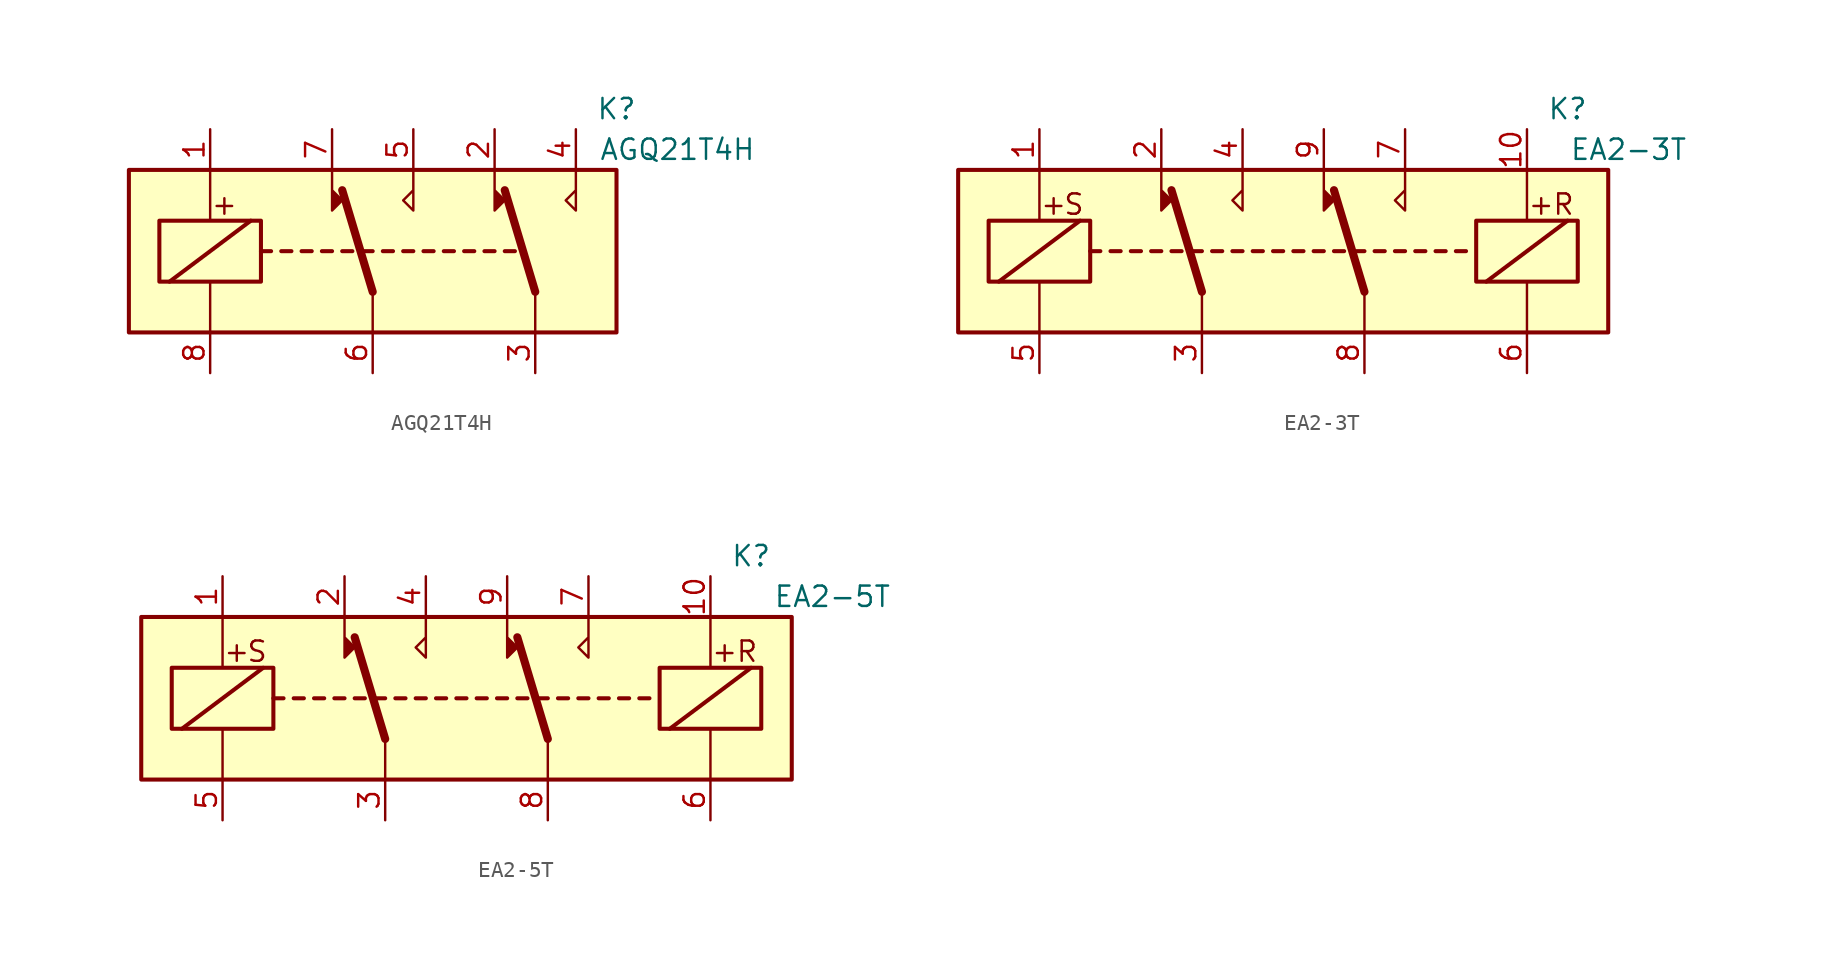
<source format=kicad_sym>
(kicad_symbol_lib
  (version 20220914)
  (generator kicad_symbol_editor)
  (symbol "AGQ21T4H"
    (property "Reference" "K"
      (at 15.24 8.89 0)
      (effects (font (size 1.27 1.27))))
    (property "Value" "AGQ21T4H"
      (at 19.05 6.35 0)
      (effects (font (size 1.27 1.27))))
    (symbol "AGQ21T4H_1_1"
      (rectangle (start -15.24 5.08) (end 15.24 -5.08) (stroke (width 0.254) (type default)) (fill (type background)))
      (rectangle (start -13.335 1.905) (end -6.985 -1.905) (stroke (width 0.254) (type default)) (fill (type none)))
      (polyline (pts (xy -12.7 -1.905) (xy -7.62 1.905)) (stroke (width 0.254) (type default)) (fill (type none)))
      (polyline (pts (xy -10.16 -5.08) (xy -10.16 -1.905)) (stroke (width 0) (type default)) (fill (type none)))
      (polyline (pts (xy -10.16 5.08) (xy -10.16 1.905)) (stroke (width 0) (type default)) (fill (type none)))
      (polyline (pts (xy -6.985 0) (xy -6.35 0)) (stroke (width 0.254) (type default)) (fill (type none)))
      (polyline (pts (xy -5.715 0) (xy -5.08 0)) (stroke (width 0.254) (type default)) (fill (type none)))
      (polyline (pts (xy -4.445 0) (xy -3.81 0)) (stroke (width 0.254) (type default)) (fill (type none)))
      (polyline (pts (xy -3.175 0) (xy -2.54 0)) (stroke (width 0.254) (type default)) (fill (type none)))
      (polyline (pts (xy -1.905 0) (xy -1.27 0)) (stroke (width 0.254) (type default)) (fill (type none)))
      (polyline (pts (xy -0.635 0) (xy 0 0)) (stroke (width 0.254) (type default)) (fill (type none)))
      (polyline (pts (xy 0 -2.54) (xy -1.905 3.81)) (stroke (width 0.508) (type default)) (fill (type none)))
      (polyline (pts (xy 0 -2.54) (xy 0 -5.08)) (stroke (width 0) (type default)) (fill (type none)))
      (polyline (pts (xy 0.635 0) (xy 1.27 0)) (stroke (width 0.254) (type default)) (fill (type none)))
      (polyline (pts (xy 1.905 0) (xy 2.54 0)) (stroke (width 0.254) (type default)) (fill (type none)))
      (polyline (pts (xy 3.175 0) (xy 3.81 0)) (stroke (width 0.254) (type default)) (fill (type none)))
      (polyline (pts (xy 4.445 0) (xy 5.08 0)) (stroke (width 0.254) (type default)) (fill (type none)))
      (polyline (pts (xy 5.715 0) (xy 6.35 0)) (stroke (width 0.254) (type default)) (fill (type none)))
      (polyline (pts (xy 6.985 0) (xy 7.62 0)) (stroke (width 0.254) (type default)) (fill (type none)))
      (polyline (pts (xy 8.255 0) (xy 8.89 0)) (stroke (width 0.254) (type default)) (fill (type none)))
      (polyline (pts (xy 10.16 -2.54) (xy 8.255 3.81)) (stroke (width 0.508) (type default)) (fill (type none)))
      (polyline (pts (xy 10.16 -2.54) (xy 10.16 -5.08)) (stroke (width 0) (type default)) (fill (type none)))
      (polyline (pts (xy -2.54 5.08) (xy -2.54 2.54) (xy -1.905 3.175) (xy -2.54 3.81)) (stroke (width 0) (type default)) (fill (type outline)))
      (polyline (pts (xy 2.54 5.08) (xy 2.54 2.54) (xy 1.905 3.175) (xy 2.54 3.81)) (stroke (width 0) (type default)) (fill (type none)))
      (polyline (pts (xy 7.62 5.08) (xy 7.62 2.54) (xy 8.255 3.175) (xy 7.62 3.81)) (stroke (width 0) (type default)) (fill (type outline)))
      (polyline (pts (xy 12.7 5.08) (xy 12.7 2.54) (xy 12.065 3.175) (xy 12.7 3.81)) (stroke (width 0) (type default)) (fill (type none)))
      (text "+" (at -9.271 2.921 0) (effects (font (size 1.27 1.27))))
      (pin passive line (at -10.16 7.62 270) (length 2.54) (name "~" (effects (font (size 1.27 1.27)))) (number "1" (effects (font (size 1.27 1.27)))))
      (pin passive line (at 7.62 7.62 270) (length 2.54) (name "~" (effects (font (size 1.27 1.27)))) (number "2" (effects (font (size 1.27 1.27)))))
      (pin passive line (at 10.16 -7.62 90) (length 2.54) (name "~" (effects (font (size 1.27 1.27)))) (number "3" (effects (font (size 1.27 1.27)))))
      (pin passive line (at 12.7 7.62 270) (length 2.54) (name "~" (effects (font (size 1.27 1.27)))) (number "4" (effects (font (size 1.27 1.27)))))
      (pin passive line (at 2.54 7.62 270) (length 2.54) (name "~" (effects (font (size 1.27 1.27)))) (number "5" (effects (font (size 1.27 1.27)))))
      (pin passive line (at 0 -7.62 90) (length 2.54) (name "~" (effects (font (size 1.27 1.27)))) (number "6" (effects (font (size 1.27 1.27)))))
      (pin passive line (at -2.54 7.62 270) (length 2.54) (name "~" (effects (font (size 1.27 1.27)))) (number "7" (effects (font (size 1.27 1.27)))))
      (pin passive line (at -10.16 -7.62 90) (length 2.54) (name "~" (effects (font (size 1.27 1.27)))) (number "8" (effects (font (size 1.27 1.27)))))))
  (symbol "EA2-3T"
    (property "Reference" "K"
      (at 17.78 8.89 0)
      (effects (font (size 1.27 1.27))))
    (property "Value" "EA2-3T"
      (at 21.59 6.35 0)
      (effects (font (size 1.27 1.27))))
    (symbol "EA2-3T_1_1"
      (rectangle (start -20.32 5.08) (end 20.32 -5.08) (stroke (width 0.254) (type default)) (fill (type background)))
      (rectangle (start -18.415 1.905) (end -12.065 -1.905) (stroke (width 0.254) (type default)) (fill (type none)))
      (polyline (pts (xy -17.78 -1.905) (xy -12.7 1.905)) (stroke (width 0.254) (type default)) (fill (type none)))
      (polyline (pts (xy -15.24 -5.08) (xy -15.24 -1.905)) (stroke (width 0) (type default)) (fill (type none)))
      (polyline (pts (xy -15.24 5.08) (xy -15.24 1.905)) (stroke (width 0) (type default)) (fill (type none)))
      (polyline (pts (xy -12.065 0) (xy -11.43 0)) (stroke (width 0.254) (type default)) (fill (type none)))
      (polyline (pts (xy -10.795 0) (xy -10.16 0)) (stroke (width 0.254) (type default)) (fill (type none)))
      (polyline (pts (xy -9.525 0) (xy -8.89 0)) (stroke (width 0.254) (type default)) (fill (type none)))
      (polyline (pts (xy -8.255 0) (xy -7.62 0)) (stroke (width 0.254) (type default)) (fill (type none)))
      (polyline (pts (xy -6.985 0) (xy -6.35 0)) (stroke (width 0.254) (type default)) (fill (type none)))
      (polyline (pts (xy -5.715 0) (xy -5.08 0)) (stroke (width 0.254) (type default)) (fill (type none)))
      (polyline (pts (xy -5.08 -2.54) (xy -6.985 3.81)) (stroke (width 0.508) (type default)) (fill (type none)))
      (polyline (pts (xy -5.08 -2.54) (xy -5.08 -5.08)) (stroke (width 0) (type default)) (fill (type none)))
      (polyline (pts (xy -4.445 0) (xy -3.81 0)) (stroke (width 0.254) (type default)) (fill (type none)))
      (polyline (pts (xy -3.175 0) (xy -2.54 0)) (stroke (width 0.254) (type default)) (fill (type none)))
      (polyline (pts (xy -1.905 0) (xy -1.27 0)) (stroke (width 0.254) (type default)) (fill (type none)))
      (polyline (pts (xy -0.635 0) (xy 0 0)) (stroke (width 0.254) (type default)) (fill (type none)))
      (polyline (pts (xy 0.635 0) (xy 1.27 0)) (stroke (width 0.254) (type default)) (fill (type none)))
      (polyline (pts (xy 1.905 0) (xy 2.54 0)) (stroke (width 0.254) (type default)) (fill (type none)))
      (polyline (pts (xy 3.175 0) (xy 3.81 0)) (stroke (width 0.254) (type default)) (fill (type none)))
      (polyline (pts (xy 4.445 0) (xy 5.08 0)) (stroke (width 0.254) (type default)) (fill (type none)))
      (polyline (pts (xy 5.08 -2.54) (xy 3.175 3.81)) (stroke (width 0.508) (type default)) (fill (type none)))
      (polyline (pts (xy 5.08 -2.54) (xy 5.08 -5.08)) (stroke (width 0) (type default)) (fill (type none)))
      (polyline (pts (xy 5.715 0) (xy 6.35 0)) (stroke (width 0.254) (type default)) (fill (type none)))
      (polyline (pts (xy 6.985 0) (xy 7.62 0)) (stroke (width 0.254) (type default)) (fill (type none)))
      (polyline (pts (xy 8.255 0) (xy 8.89 0)) (stroke (width 0.254) (type default)) (fill (type none)))
      (polyline (pts (xy 9.525 0) (xy 10.16 0)) (stroke (width 0.254) (type default)) (fill (type none)))
      (polyline (pts (xy 10.795 0) (xy 11.43 0)) (stroke (width 0.254) (type default)) (fill (type none)))
      (polyline (pts (xy 12.7 -1.905) (xy 17.78 1.905)) (stroke (width 0.254) (type default)) (fill (type none)))
      (polyline (pts (xy 15.24 -5.08) (xy 15.24 -1.905)) (stroke (width 0) (type default)) (fill (type none)))
      (polyline (pts (xy 15.24 5.08) (xy 15.24 1.905)) (stroke (width 0) (type default)) (fill (type none)))
      (polyline (pts (xy -7.62 5.08) (xy -7.62 2.54) (xy -6.985 3.175) (xy -7.62 3.81)) (stroke (width 0) (type default)) (fill (type outline)))
      (polyline (pts (xy -2.54 5.08) (xy -2.54 2.54) (xy -3.175 3.175) (xy -2.54 3.81)) (stroke (width 0) (type default)) (fill (type none)))
      (polyline (pts (xy 2.54 5.08) (xy 2.54 2.54) (xy 3.175 3.175) (xy 2.54 3.81)) (stroke (width 0) (type default)) (fill (type outline)))
      (polyline (pts (xy 7.62 5.08) (xy 7.62 2.54) (xy 6.985 3.175) (xy 7.62 3.81)) (stroke (width 0) (type default)) (fill (type none)))
      (rectangle (start 12.065 1.905) (end 18.415 -1.905) (stroke (width 0.254) (type default)) (fill (type none)))
      (text "+" (at -14.351 2.921 0) (effects (font (size 1.27 1.27))))
      (text "+" (at 16.129 2.921 0) (effects (font (size 1.27 1.27))))
      (text "R" (at 17.526 2.921 0) (effects (font (size 1.27 1.27))))
      (text "S" (at -13.081 2.921 0) (effects (font (size 1.27 1.27))))
      (pin passive line (at -15.24 7.62 270) (length 2.54) (name "~" (effects (font (size 1.27 1.27)))) (number "1" (effects (font (size 1.27 1.27)))))
      (pin passive line (at 15.24 7.62 270) (length 2.54) (name "~" (effects (font (size 1.27 1.27)))) (number "10" (effects (font (size 1.27 1.27)))))
      (pin passive line (at -7.62 7.62 270) (length 2.54) (name "~" (effects (font (size 1.27 1.27)))) (number "2" (effects (font (size 1.27 1.27)))))
      (pin passive line (at -5.08 -7.62 90) (length 2.54) (name "~" (effects (font (size 1.27 1.27)))) (number "3" (effects (font (size 1.27 1.27)))))
      (pin passive line (at -2.54 7.62 270) (length 2.54) (name "~" (effects (font (size 1.27 1.27)))) (number "4" (effects (font (size 1.27 1.27)))))
      (pin passive line (at -15.24 -7.62 90) (length 2.54) (name "~" (effects (font (size 1.27 1.27)))) (number "5" (effects (font (size 1.27 1.27)))))
      (pin passive line (at 15.24 -7.62 90) (length 2.54) (name "~" (effects (font (size 1.27 1.27)))) (number "6" (effects (font (size 1.27 1.27)))))
      (pin passive line (at 7.62 7.62 270) (length 2.54) (name "~" (effects (font (size 1.27 1.27)))) (number "7" (effects (font (size 1.27 1.27)))))
      (pin passive line (at 5.08 -7.62 90) (length 2.54) (name "~" (effects (font (size 1.27 1.27)))) (number "8" (effects (font (size 1.27 1.27)))))
      (pin passive line (at 2.54 7.62 270) (length 2.54) (name "~" (effects (font (size 1.27 1.27)))) (number "9" (effects (font (size 1.27 1.27)))))))
  (symbol "EA2-5T"
    (property "Reference" "K"
      (at 17.78 8.89 0)
      (effects (font (size 1.27 1.27))))
    (property "Value" "EA2-5T"
      (at 22.86 6.35 0)
      (effects (font (size 1.27 1.27))))
    (symbol "EA2-5T_1_1"
      (rectangle (start -20.32 5.08) (end 20.32 -5.08) (stroke (width 0.254) (type default)) (fill (type background)))
      (rectangle (start -18.415 1.905) (end -12.065 -1.905) (stroke (width 0.254) (type default)) (fill (type none)))
      (polyline (pts (xy -17.78 -1.905) (xy -12.7 1.905)) (stroke (width 0.254) (type default)) (fill (type none)))
      (polyline (pts (xy -15.24 -5.08) (xy -15.24 -1.905)) (stroke (width 0) (type default)) (fill (type none)))
      (polyline (pts (xy -15.24 5.08) (xy -15.24 1.905)) (stroke (width 0) (type default)) (fill (type none)))
      (polyline (pts (xy -12.065 0) (xy -11.43 0)) (stroke (width 0.254) (type default)) (fill (type none)))
      (polyline (pts (xy -10.795 0) (xy -10.16 0)) (stroke (width 0.254) (type default)) (fill (type none)))
      (polyline (pts (xy -9.525 0) (xy -8.89 0)) (stroke (width 0.254) (type default)) (fill (type none)))
      (polyline (pts (xy -8.255 0) (xy -7.62 0)) (stroke (width 0.254) (type default)) (fill (type none)))
      (polyline (pts (xy -6.985 0) (xy -6.35 0)) (stroke (width 0.254) (type default)) (fill (type none)))
      (polyline (pts (xy -5.715 0) (xy -5.08 0)) (stroke (width 0.254) (type default)) (fill (type none)))
      (polyline (pts (xy -5.08 -2.54) (xy -6.985 3.81)) (stroke (width 0.508) (type default)) (fill (type none)))
      (polyline (pts (xy -5.08 -2.54) (xy -5.08 -5.08)) (stroke (width 0) (type default)) (fill (type none)))
      (polyline (pts (xy -4.445 0) (xy -3.81 0)) (stroke (width 0.254) (type default)) (fill (type none)))
      (polyline (pts (xy -3.175 0) (xy -2.54 0)) (stroke (width 0.254) (type default)) (fill (type none)))
      (polyline (pts (xy -1.905 0) (xy -1.27 0)) (stroke (width 0.254) (type default)) (fill (type none)))
      (polyline (pts (xy -0.635 0) (xy 0 0)) (stroke (width 0.254) (type default)) (fill (type none)))
      (polyline (pts (xy 0.635 0) (xy 1.27 0)) (stroke (width 0.254) (type default)) (fill (type none)))
      (polyline (pts (xy 1.905 0) (xy 2.54 0)) (stroke (width 0.254) (type default)) (fill (type none)))
      (polyline (pts (xy 3.175 0) (xy 3.81 0)) (stroke (width 0.254) (type default)) (fill (type none)))
      (polyline (pts (xy 4.445 0) (xy 5.08 0)) (stroke (width 0.254) (type default)) (fill (type none)))
      (polyline (pts (xy 5.08 -2.54) (xy 3.175 3.81)) (stroke (width 0.508) (type default)) (fill (type none)))
      (polyline (pts (xy 5.08 -2.54) (xy 5.08 -5.08)) (stroke (width 0) (type default)) (fill (type none)))
      (polyline (pts (xy 5.715 0) (xy 6.35 0)) (stroke (width 0.254) (type default)) (fill (type none)))
      (polyline (pts (xy 6.985 0) (xy 7.62 0)) (stroke (width 0.254) (type default)) (fill (type none)))
      (polyline (pts (xy 8.255 0) (xy 8.89 0)) (stroke (width 0.254) (type default)) (fill (type none)))
      (polyline (pts (xy 9.525 0) (xy 10.16 0)) (stroke (width 0.254) (type default)) (fill (type none)))
      (polyline (pts (xy 10.795 0) (xy 11.43 0)) (stroke (width 0.254) (type default)) (fill (type none)))
      (polyline (pts (xy 12.7 -1.905) (xy 17.78 1.905)) (stroke (width 0.254) (type default)) (fill (type none)))
      (polyline (pts (xy 15.24 -5.08) (xy 15.24 -1.905)) (stroke (width 0) (type default)) (fill (type none)))
      (polyline (pts (xy 15.24 5.08) (xy 15.24 1.905)) (stroke (width 0) (type default)) (fill (type none)))
      (polyline (pts (xy -7.62 5.08) (xy -7.62 2.54) (xy -6.985 3.175) (xy -7.62 3.81)) (stroke (width 0) (type default)) (fill (type outline)))
      (polyline (pts (xy -2.54 5.08) (xy -2.54 2.54) (xy -3.175 3.175) (xy -2.54 3.81)) (stroke (width 0) (type default)) (fill (type none)))
      (polyline (pts (xy 2.54 5.08) (xy 2.54 2.54) (xy 3.175 3.175) (xy 2.54 3.81)) (stroke (width 0) (type default)) (fill (type outline)))
      (polyline (pts (xy 7.62 5.08) (xy 7.62 2.54) (xy 6.985 3.175) (xy 7.62 3.81)) (stroke (width 0) (type default)) (fill (type none)))
      (rectangle (start 12.065 1.905) (end 18.415 -1.905) (stroke (width 0.254) (type default)) (fill (type none)))
      (text "+" (at -14.351 2.921 0) (effects (font (size 1.27 1.27))))
      (text "+" (at 16.129 2.921 0) (effects (font (size 1.27 1.27))))
      (text "R" (at 17.526 2.921 0) (effects (font (size 1.27 1.27))))
      (text "S" (at -13.081 2.921 0) (effects (font (size 1.27 1.27))))
      (pin passive line (at -15.24 7.62 270) (length 2.54) (name "~" (effects (font (size 1.27 1.27)))) (number "1" (effects (font (size 1.27 1.27)))))
      (pin passive line (at 15.24 7.62 270) (length 2.54) (name "~" (effects (font (size 1.27 1.27)))) (number "10" (effects (font (size 1.27 1.27)))))
      (pin passive line (at -7.62 7.62 270) (length 2.54) (name "~" (effects (font (size 1.27 1.27)))) (number "2" (effects (font (size 1.27 1.27)))))
      (pin passive line (at -5.08 -7.62 90) (length 2.54) (name "~" (effects (font (size 1.27 1.27)))) (number "3" (effects (font (size 1.27 1.27)))))
      (pin passive line (at -2.54 7.62 270) (length 2.54) (name "~" (effects (font (size 1.27 1.27)))) (number "4" (effects (font (size 1.27 1.27)))))
      (pin passive line (at -15.24 -7.62 90) (length 2.54) (name "~" (effects (font (size 1.27 1.27)))) (number "5" (effects (font (size 1.27 1.27)))))
      (pin passive line (at 15.24 -7.62 90) (length 2.54) (name "~" (effects (font (size 1.27 1.27)))) (number "6" (effects (font (size 1.27 1.27)))))
      (pin passive line (at 7.62 7.62 270) (length 2.54) (name "~" (effects (font (size 1.27 1.27)))) (number "7" (effects (font (size 1.27 1.27)))))
      (pin passive line (at 5.08 -7.62 90) (length 2.54) (name "~" (effects (font (size 1.27 1.27)))) (number "8" (effects (font (size 1.27 1.27)))))
      (pin passive line (at 2.54 7.62 270) (length 2.54) (name "~" (effects (font (size 1.27 1.27)))) (number "9" (effects (font (size 1.27 1.27))))))))
</source>
